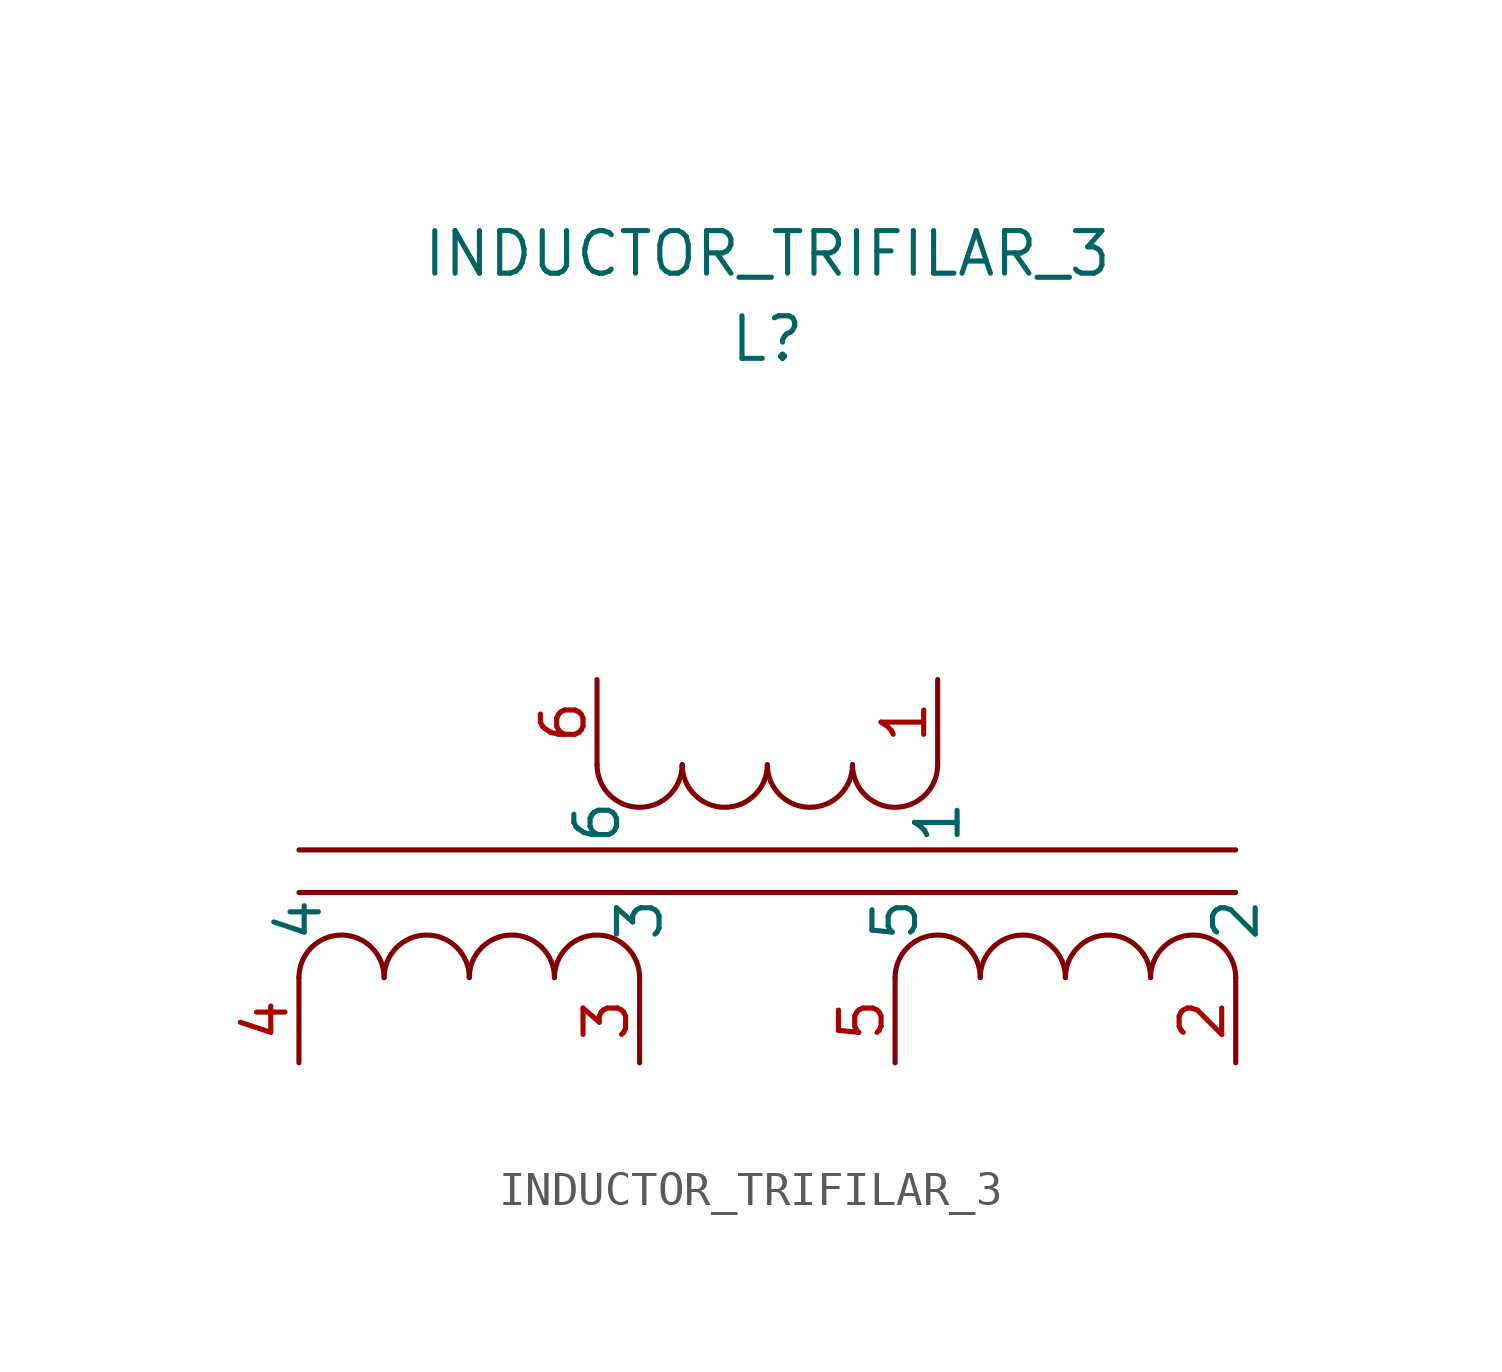
<source format=kicad_sym>
(kicad_symbol_lib
  (version 20241209)
  (generator "kicad_symbol_editor")
  (generator_version "9.0")
  (symbol "INDUCTOR_TRIFILAR_3"
    (pin_names
      (offset 1.016))
    (property "Reference" "L"
      (at 0 15.24 0)
      (effects (font (size 1.27 1.27))))
    (property "Value" "INDUCTOR_TRIFILAR_3"
      (at 0 17.78 0)
      (effects (font (size 1.27 1.27))))
    (symbol "INDUCTOR_TRIFILAR_3_0_1"
      (polyline (pts (xy -13.97 0) (xy 13.97 0)) (stroke (width 0) (type solid)) (fill (type none)))
      (polyline (pts (xy -13.97 -1.27) (xy 13.97 -1.27)) (stroke (width 0) (type solid)) (fill (type none)))
      (arc (start -13.97 -3.81) (mid -12.7 -2.54) (end -11.43 -3.81) (stroke (width 0) (type solid)) (fill (type none)))
      (arc (start -11.43 -3.81) (mid -10.16 -2.54) (end -8.89 -3.81) (stroke (width 0) (type solid)) (fill (type none)))
      (arc (start -8.89 -3.81) (mid -7.62 -2.54) (end -6.35 -3.81) (stroke (width 0) (type solid)) (fill (type none)))
      (arc (start -6.35 -3.81) (mid -5.08 -2.54) (end -3.81 -3.81) (stroke (width 0) (type solid)) (fill (type none))))
    (symbol "INDUCTOR_TRIFILAR_3_1_1"
      (arc (start -2.54 2.54) (mid -3.81 1.27) (end -5.08 2.54) (stroke (width 0) (type solid)) (fill (type none)))
      (arc (start 0 2.54) (mid -1.27 1.27) (end -2.54 2.54) (stroke (width 0) (type solid)) (fill (type none)))
      (arc (start 2.54 2.54) (mid 1.27 1.27) (end 0 2.54) (stroke (width 0) (type solid)) (fill (type none)))
      (arc (start 5.08 2.54) (mid 3.81 1.27) (end 2.54 2.54) (stroke (width 0) (type solid)) (fill (type none)))
      (arc (start 3.81 -3.81) (mid 5.08 -2.54) (end 6.35 -3.81) (stroke (width 0) (type solid)) (fill (type none)))
      (arc (start 6.35 -3.81) (mid 7.62 -2.54) (end 8.89 -3.81) (stroke (width 0) (type solid)) (fill (type none)))
      (arc (start 8.89 -3.81) (mid 10.16 -2.54) (end 11.43 -3.81) (stroke (width 0) (type solid)) (fill (type none)))
      (arc (start 11.43 -3.81) (mid 12.7 -2.54) (end 13.97 -3.81) (stroke (width 0) (type solid)) (fill (type none)))
      (pin bidirectional line (at -13.97 -6.35 90) (length 2.54) (name "4" (effects (font (size 1.27 1.27)))) (number "4" (effects (font (size 1.27 1.27)))))
      (pin bidirectional line (at -5.08 5.08 270) (length 2.54) (name "6" (effects (font (size 1.27 1.27)))) (number "6" (effects (font (size 1.27 1.27)))))
      (pin bidirectional line (at -3.81 -6.35 90) (length 2.54) (name "3" (effects (font (size 1.27 1.27)))) (number "3" (effects (font (size 1.27 1.27)))))
      (pin bidirectional line (at 3.81 -6.35 90) (length 2.54) (name "5" (effects (font (size 1.27 1.27)))) (number "5" (effects (font (size 1.27 1.27)))))
      (pin bidirectional line (at 5.08 5.08 270) (length 2.54) (name "1" (effects (font (size 1.27 1.27)))) (number "1" (effects (font (size 1.27 1.27)))))
      (pin bidirectional line (at 13.97 -6.35 90) (length 2.54) (name "2" (effects (font (size 1.27 1.27)))) (number "2" (effects (font (size 1.27 1.27))))))))
</source>
